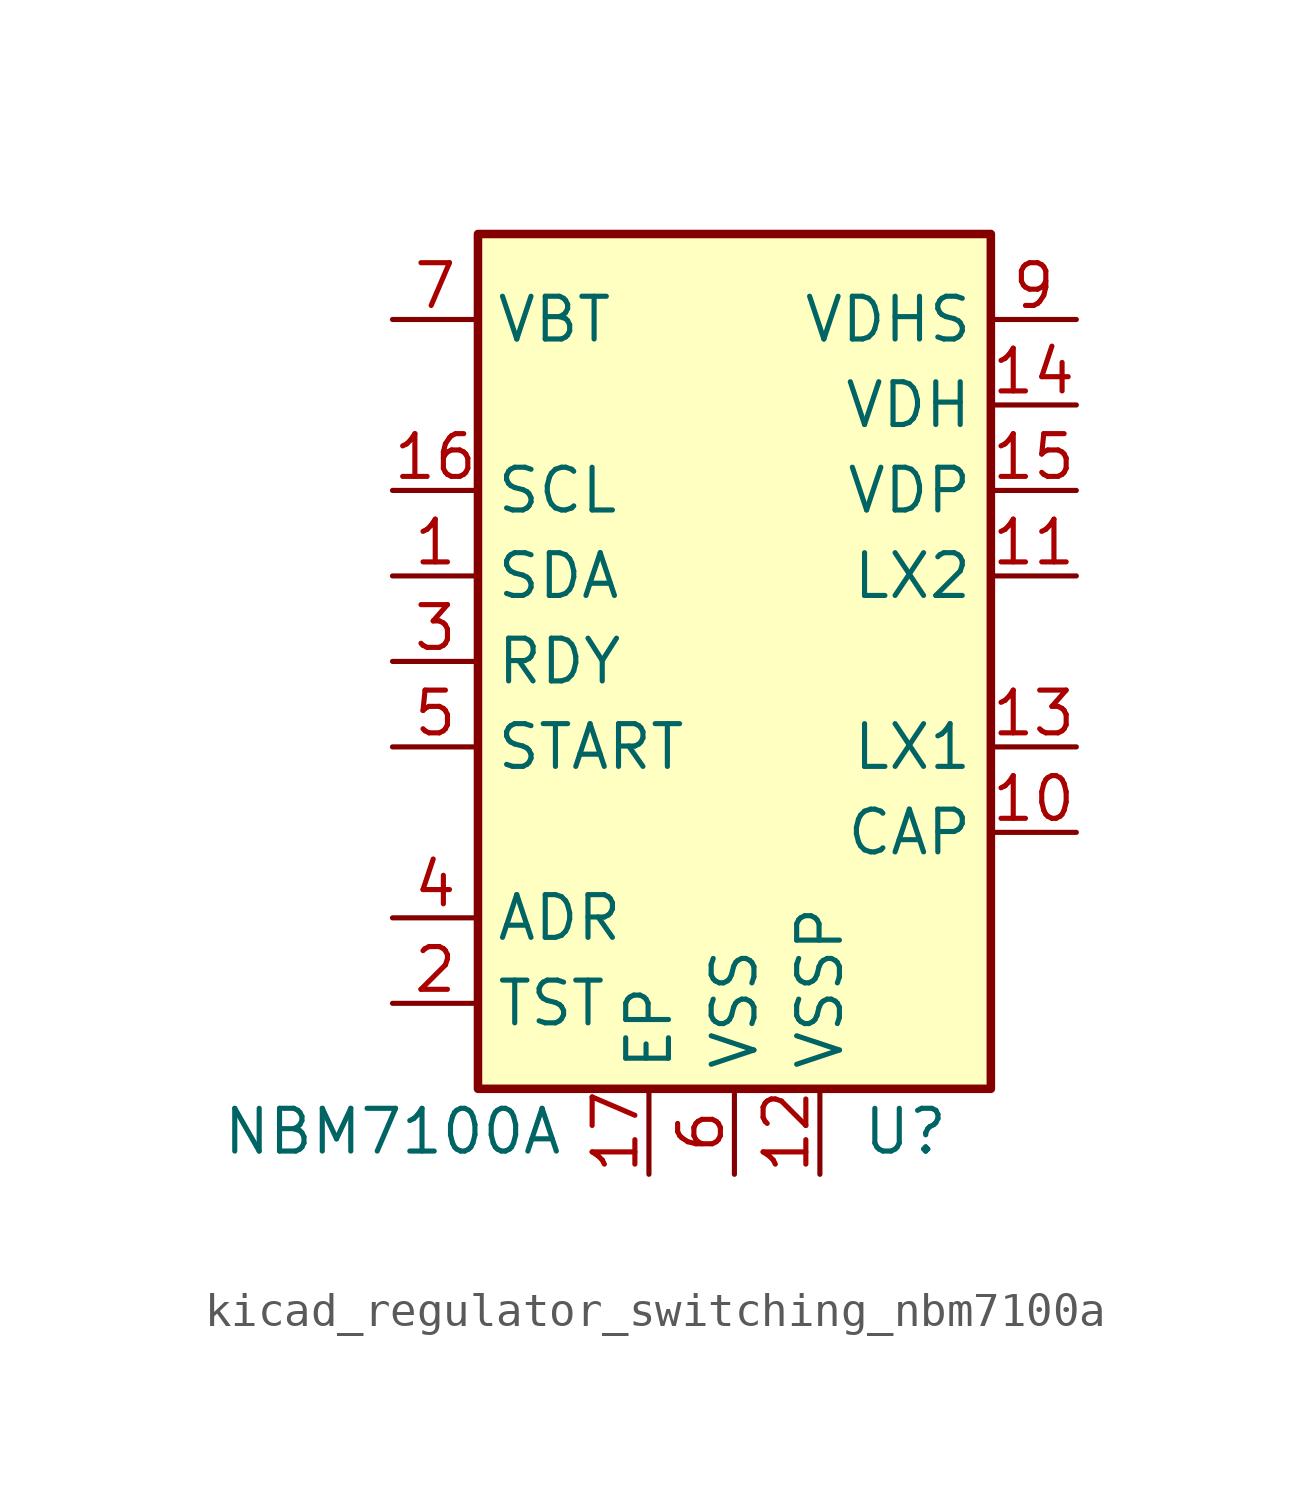
<source format=kicad_sym>
(kicad_symbol_lib
  (version 20220914)
  (generator kicad_symbol_editor)
  (symbol "kicad_regulator_switching_nbm7100a"
    (property "Reference" "U"
      (at 5.08 -13.97 0)
      (effects (font (size 1.27 1.27))))
    (property "Value" "NBM7100A"
      (at -10.16 -13.97 0)
      (effects (font (size 1.27 1.27))))
    (symbol "kicad_regulator_switching_nbm7100a_0_1"
      (rectangle (start 7.62 -12.7) (end -7.62 12.7) (stroke (width 0.254) (type default) (color 0 0 0 0)) (fill (type background))))
    (symbol "kicad_regulator_switching_nbm7100a_1_1"
      (pin bidirectional line (at -10.16 2.54 0) (length 2.54) (name "SDA" (effects (font (size 1.27 1.27)))) (number "1" (effects (font (size 1.27 1.27)))))
      (pin passive line (at 10.16 -5.08 180) (length 2.54) (name "CAP" (effects (font (size 1.27 1.27)))) (number "10" (effects (font (size 1.27 1.27)))))
      (pin passive line (at 10.16 2.54 180) (length 2.54) (name "LX2" (effects (font (size 1.27 1.27)))) (number "11" (effects (font (size 1.27 1.27)))))
      (pin power_in line (at 2.54 -15.24 90) (length 2.54) (name "VSSP" (effects (font (size 1.27 1.27)))) (number "12" (effects (font (size 1.27 1.27)))))
      (pin passive line (at 10.16 -2.54 180) (length 2.54) (name "LX1" (effects (font (size 1.27 1.27)))) (number "13" (effects (font (size 1.27 1.27)))))
      (pin power_out line (at 10.16 7.62 180) (length 2.54) (name "VDH" (effects (font (size 1.27 1.27)))) (number "14" (effects (font (size 1.27 1.27)))))
      (pin power_out line (at 10.16 5.08 180) (length 2.54) (name "VDP" (effects (font (size 1.27 1.27)))) (number "15" (effects (font (size 1.27 1.27)))))
      (pin input line (at -10.16 5.08 0) (length 2.54) (name "SCL" (effects (font (size 1.27 1.27)))) (number "16" (effects (font (size 1.27 1.27)))))
      (pin power_in line (at -2.54 -15.24 90) (length 2.54) (name "EP" (effects (font (size 1.27 1.27)))) (number "17" (effects (font (size 1.27 1.27)))))
      (pin input line (at -10.16 -10.16 0) (length 2.54) (name "TST" (effects (font (size 1.27 1.27)))) (number "2" (effects (font (size 1.27 1.27)))))
      (pin output line (at -10.16 0 0) (length 2.54) (name "RDY" (effects (font (size 1.27 1.27)))) (number "3" (effects (font (size 1.27 1.27)))))
      (pin input line (at -10.16 -7.62 0) (length 2.54) (name "ADR" (effects (font (size 1.27 1.27)))) (number "4" (effects (font (size 1.27 1.27)))))
      (pin input line (at -10.16 -2.54 0) (length 2.54) (name "START" (effects (font (size 1.27 1.27)))) (number "5" (effects (font (size 1.27 1.27)))))
      (pin power_in line (at 0 -15.24 90) (length 2.54) (name "VSS" (effects (font (size 1.27 1.27)))) (number "6" (effects (font (size 1.27 1.27)))))
      (pin power_in line (at -10.16 10.16 0) (length 2.54) (name "VBT" (effects (font (size 1.27 1.27)))) (number "7" (effects (font (size 1.27 1.27)))))
      (pin no_connect line (at 10.16 -10.16 180) (length 2.54) hide (name "NC" (effects (font (size 1.27 1.27)))) (number "8" (effects (font (size 1.27 1.27)))))
      (pin power_out line (at 10.16 10.16 180) (length 2.54) (name "VDHS" (effects (font (size 1.27 1.27)))) (number "9" (effects (font (size 1.27 1.27))))))))
</source>
